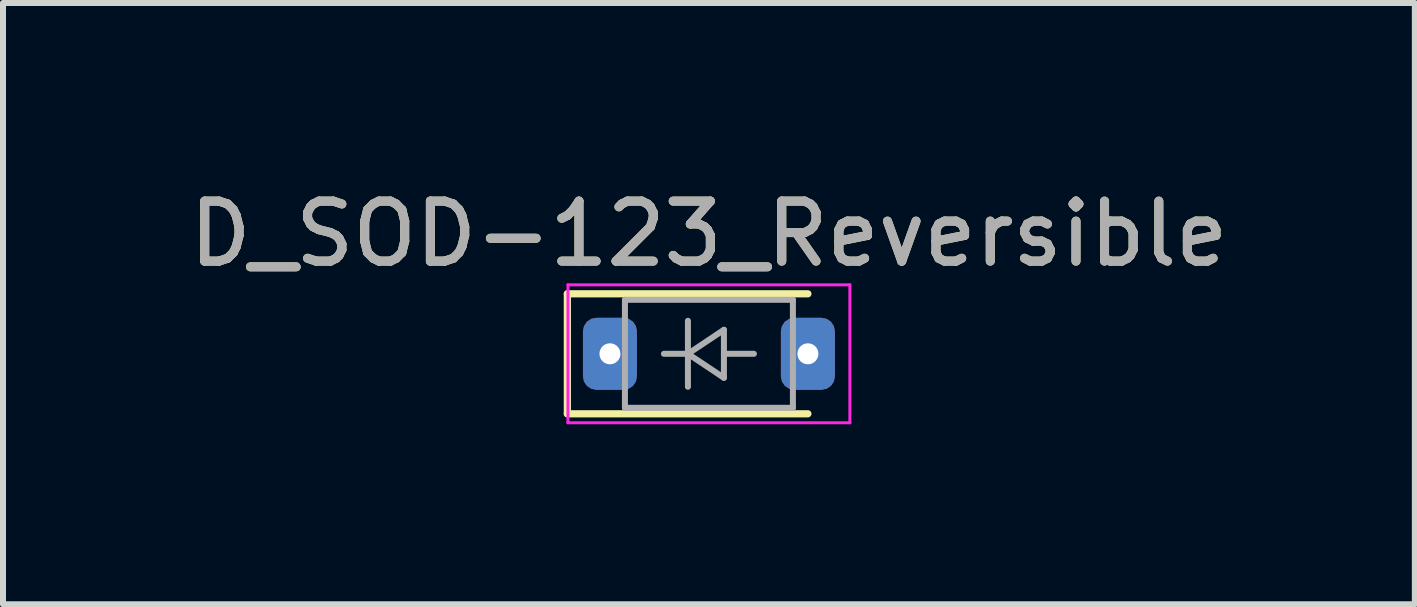
<source format=kicad_pcb>
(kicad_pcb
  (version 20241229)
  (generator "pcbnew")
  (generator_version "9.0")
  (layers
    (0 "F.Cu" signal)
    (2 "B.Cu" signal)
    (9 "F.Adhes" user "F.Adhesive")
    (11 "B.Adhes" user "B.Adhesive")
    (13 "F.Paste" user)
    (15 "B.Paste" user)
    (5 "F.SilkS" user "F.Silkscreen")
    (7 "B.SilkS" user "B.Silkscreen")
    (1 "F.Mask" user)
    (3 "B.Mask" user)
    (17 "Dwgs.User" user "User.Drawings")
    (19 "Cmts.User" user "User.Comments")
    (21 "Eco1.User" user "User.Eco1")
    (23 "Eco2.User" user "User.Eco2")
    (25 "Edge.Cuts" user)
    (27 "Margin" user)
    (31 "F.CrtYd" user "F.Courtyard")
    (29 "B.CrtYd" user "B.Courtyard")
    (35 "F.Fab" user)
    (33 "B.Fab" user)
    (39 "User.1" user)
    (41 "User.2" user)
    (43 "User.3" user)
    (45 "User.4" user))
  (footprint "D_SOD-123_Reversible"
    (layer "F.Cu")
    (at 8.768 2.848)
    (property "Reference" "D_SOD-123_Reversible" (at 0 -2 0) (layer "F.SilkS") (effects (font (size 1 1) (thickness 0.15))))
    (attr smd)
    (fp_line (start -2.36 -1) (end -2.36 1) (stroke (width 0.12) (type solid)) (layer "F.SilkS"))
    (fp_line (start -2.36 -1) (end 1.65 -1) (stroke (width 0.12) (type solid)) (layer "F.SilkS"))
    (fp_line (start -2.36 1) (end 1.65 1) (stroke (width 0.12) (type solid)) (layer "F.SilkS"))
    (fp_line (start -2.35 -1.15) (end -2.35 1.15) (stroke (width 0.05) (type solid)) (layer "F.CrtYd"))
    (fp_line (start -2.35 -1.15) (end 2.35 -1.15) (stroke (width 0.05) (type solid)) (layer "F.CrtYd"))
    (fp_line (start 2.35 -1.15) (end 2.35 1.15) (stroke (width 0.05) (type solid)) (layer "F.CrtYd"))
    (fp_line (start 2.35 1.15) (end -2.35 1.15) (stroke (width 0.05) (type solid)) (layer "F.CrtYd"))
    (fp_line (start -1.4 -0.9) (end 1.4 -0.9) (stroke (width 0.1) (type solid)) (layer "F.Fab"))
    (fp_line (start -1.4 0.9) (end -1.4 -0.9) (stroke (width 0.1) (type solid)) (layer "F.Fab"))
    (fp_line (start -0.75 0) (end -0.35 0) (stroke (width 0.1) (type solid)) (layer "F.Fab"))
    (fp_line (start -0.35 0) (end -0.35 -0.55) (stroke (width 0.1) (type solid)) (layer "F.Fab"))
    (fp_line (start -0.35 0) (end -0.35 0.55) (stroke (width 0.1) (type solid)) (layer "F.Fab"))
    (fp_line (start -0.35 0) (end 0.25 -0.4) (stroke (width 0.1) (type solid)) (layer "F.Fab"))
    (fp_line (start 0.25 -0.4) (end 0.25 0.4) (stroke (width 0.1) (type solid)) (layer "F.Fab"))
    (fp_line (start 0.25 0) (end 0.75 0) (stroke (width 0.1) (type solid)) (layer "F.Fab"))
    (fp_line (start 0.25 0.4) (end -0.35 0) (stroke (width 0.1) (type solid)) (layer "F.Fab"))
    (fp_line (start 1.4 -0.9) (end 1.4 0.9) (stroke (width 0.1) (type solid)) (layer "F.Fab"))
    (fp_line (start 1.4 0.9) (end -1.4 0.9) (stroke (width 0.1) (type solid)) (layer "F.Fab"))
    (fp_text user "${REFERENCE}" (at 0 -2 0) (layer "F.Fab") (effects (font (size 1 1) (thickness 0.15))))
    (pad "1" thru_hole circle (at -1.65 0) (size 0.6 0.6) (drill 0.35) (layers "*.Cu" "*.Mask"))
    (pad "1" smd roundrect (at -1.65 0) (size 0.9 1.2) (layers "F.Cu" "F.Mask" "F.Paste") (roundrect_rratio 0.25))
    (pad "1" smd roundrect (at -1.65 0) (size 0.9 1.2) (layers "B.Cu" "B.Mask" "B.Paste") (roundrect_rratio 0.25))
    (pad "2" thru_hole circle (at 1.65 0) (size 0.6 0.6) (drill 0.35) (layers "*.Cu" "*.Mask"))
    (pad "2" smd roundrect (at 1.65 0) (size 0.9 1.2) (layers "F.Cu" "F.Mask" "F.Paste") (roundrect_rratio 0.25))
    (pad "2" smd roundrect (at 1.65 0) (size 0.9 1.2) (layers "B.Cu" "B.Mask" "B.Paste") (roundrect_rratio 0.25)))
  (gr_rect
    (start -3 -3)
    (end 20.536 7.023)
    (stroke (width 0.1) (type default))
    (fill no)
    (layer "Edge.Cuts")))
</source>
